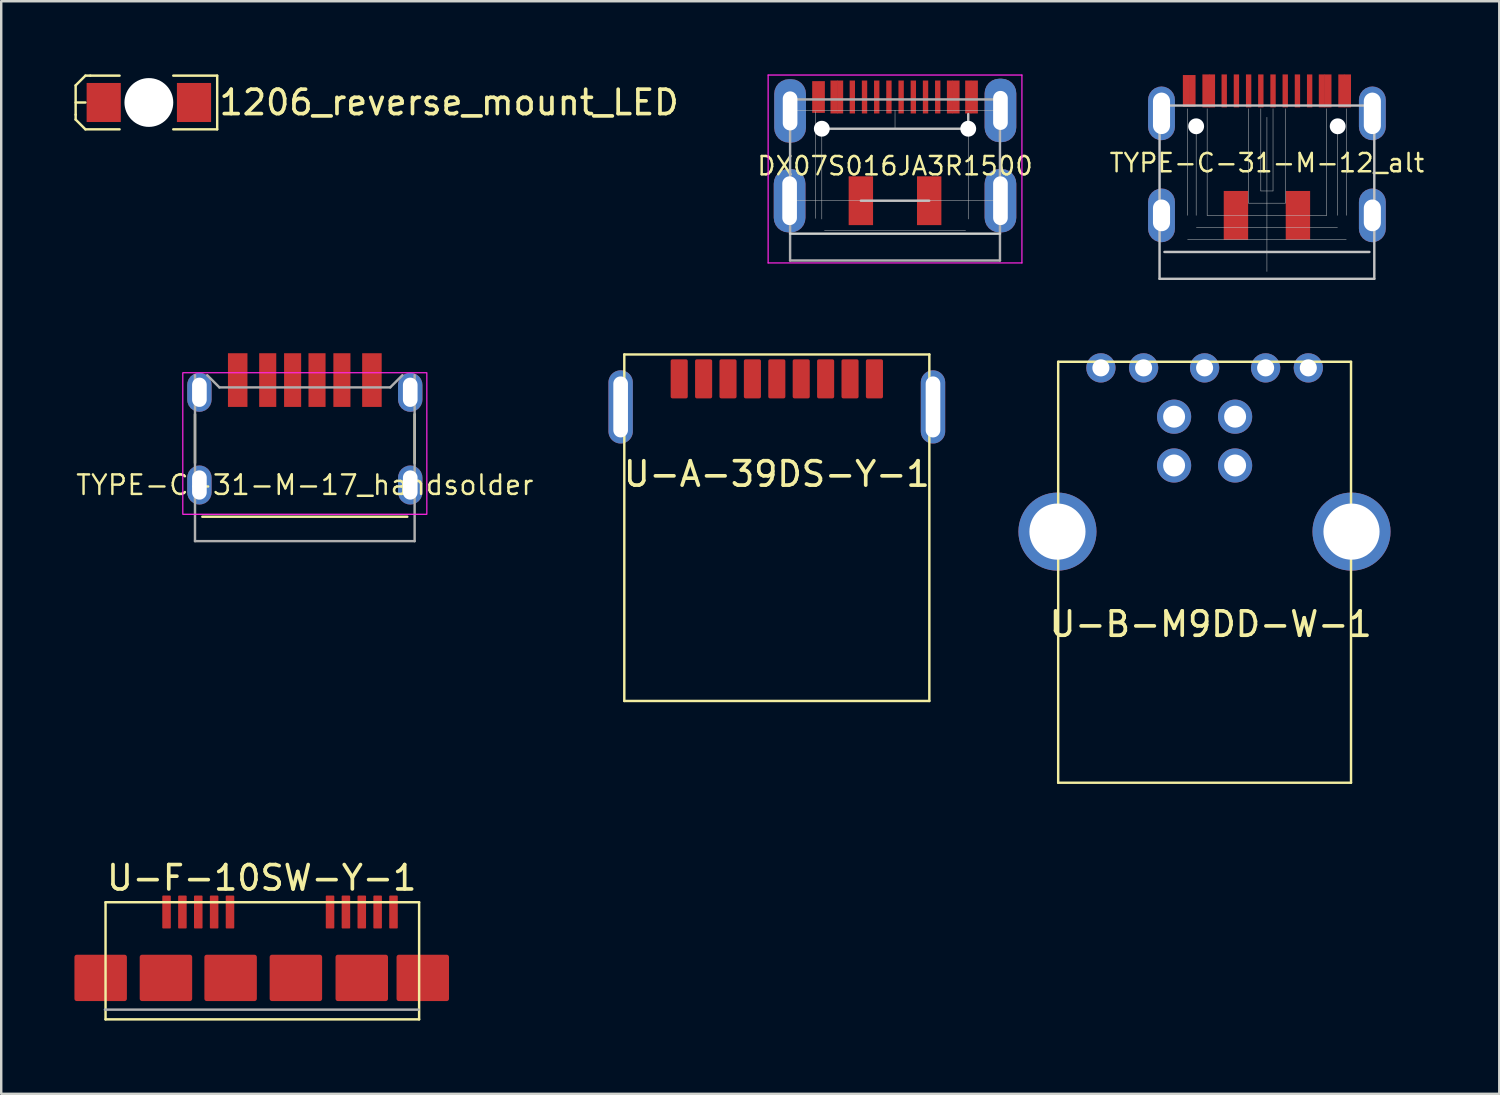
<source format=kicad_pcb>
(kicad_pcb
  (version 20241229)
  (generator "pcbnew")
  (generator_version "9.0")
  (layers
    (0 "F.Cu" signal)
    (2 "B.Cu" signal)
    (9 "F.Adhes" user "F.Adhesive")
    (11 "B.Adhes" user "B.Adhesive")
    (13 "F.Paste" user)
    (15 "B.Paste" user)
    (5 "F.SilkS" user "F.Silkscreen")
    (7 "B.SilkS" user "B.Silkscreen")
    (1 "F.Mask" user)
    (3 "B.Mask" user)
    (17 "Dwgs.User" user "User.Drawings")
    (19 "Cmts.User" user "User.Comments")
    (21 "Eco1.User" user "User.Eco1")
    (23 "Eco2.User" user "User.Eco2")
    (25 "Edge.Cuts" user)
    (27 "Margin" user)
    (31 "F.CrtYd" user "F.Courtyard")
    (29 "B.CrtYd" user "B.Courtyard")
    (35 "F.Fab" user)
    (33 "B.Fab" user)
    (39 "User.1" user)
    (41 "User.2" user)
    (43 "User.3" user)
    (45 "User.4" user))
  (footprint "DX07S016JA3R1500"
    (layer "F.Cu")
    (at 30.627 2.225)
    (property "Reference" "DX07S016JA3R1500" (at 3 1.525 180) (layer "F.SilkS") (effects (font (size 0.75 0.75) (thickness 0.1))))
    (attr smd)
    (fp_line (start -1.32 -0.75) (end -1.32 2.95) (stroke (width 0.02) (type default)) (layer "Dwgs.User"))
    (fp_line (start -1.32 -0.75) (end 3 -0.75) (stroke (width 0.02) (type default)) (layer "Dwgs.User"))
    (fp_line (start -1.32 2.95) (end 7.32 2.95) (stroke (width 0.02) (type default)) (layer "Dwgs.User"))
    (fp_line (start -0.25 -0.695) (end -0.25 3.675) (stroke (width 0.02) (type solid)) (layer "Dwgs.User"))
    (fp_line (start 0 0) (end 0 3.7) (stroke (width 0.02) (type solid)) (layer "Dwgs.User"))
    (fp_line (start 0.11 4.175) (end 5.89 4.175) (stroke (width 0.02) (type solid)) (layer "Dwgs.User"))
    (fp_line (start 1.6 2.95) (end 4.4 2.95) (stroke (width 0.1) (type default)) (layer "Dwgs.User"))
    (fp_line (start 3 -0.75) (end 7.32 -0.75) (stroke (width 0.02) (type default)) (layer "Dwgs.User"))
    (fp_line (start 3 0) (end 3 -0.75) (stroke (width 0.02) (type default)) (layer "Dwgs.User"))
    (fp_line (start 6 0) (end 0 0) (stroke (width 0.1) (type default)) (layer "Dwgs.User"))
    (fp_line (start 6 0) (end 6 -0.6) (stroke (width 0.1) (type default)) (layer "Dwgs.User"))
    (fp_line (start 6 0) (end 6 3.7) (stroke (width 0.02) (type solid)) (layer "Dwgs.User"))
    (fp_line (start 7.32 -0.75) (end 7.32 2.95) (stroke (width 0.02) (type default)) (layer "Dwgs.User"))
    (fp_line (start -1.32 -0.75) (end -1.32 4.3) (stroke (width 0.1) (type default)) (layer "Eco2.User"))
    (fp_line (start 7.32 -0.75) (end 7.32 4.3) (stroke (width 0.1) (type default)) (layer "Eco2.User"))
    (fp_line (start -1.3 4.3) (end 7.3 4.3) (stroke (width 0.1) (type default)) (layer "Edge.Cuts"))
    (fp_line (start -2.2 -2.2) (end -2.2 5.5) (stroke (width 0.05) (type default)) (layer "F.CrtYd"))
    (fp_line (start -2.2 5.5) (end 8.2 5.5) (stroke (width 0.05) (type default)) (layer "F.CrtYd"))
    (fp_line (start 8.2 -2.2) (end -2.2 -2.2) (stroke (width 0.05) (type default)) (layer "F.CrtYd"))
    (fp_line (start 8.2 5.5) (end 8.2 -2.2) (stroke (width 0.05) (type default)) (layer "F.CrtYd"))
    (fp_line (start -1.3 -1.2) (end -1.3 5.4) (stroke (width 0.1) (type default)) (layer "F.Fab"))
    (fp_line (start -1.3 5.4) (end 7.3 5.4) (stroke (width 0.1) (type default)) (layer "F.Fab"))
    (fp_line (start 7.3 -1.2) (end -1.3 -1.2) (stroke (width 0.1) (type default)) (layer "F.Fab"))
    (fp_line (start 7.3 5.4) (end 7.3 -1.2) (stroke (width 0.1) (type default)) (layer "F.Fab"))
    (pad "" np_thru_hole circle (at 0 0) (size 0.65 0.65) (drill 0.65) (layers "*.Cu" "*.Mask"))
    (pad "" np_thru_hole circle (at 6 0) (size 0.65 0.65) (drill 0.65) (layers "*.Cu" "*.Mask"))
    (pad "A1" smd rect (at -0.25 -1.3) (size 0.29 1.3) (layers "F.Cu" "F.Mask" "F.Paste"))
    (pad "A4" smd rect (at 0.5 -1.3) (size 0.29 1.35) (layers "F.Cu" "F.Mask" "F.Paste"))
    (pad "A5" smd rect (at 1.75 -1.3) (size 0.22 1.35) (layers "F.Cu" "F.Mask" "F.Paste"))
    (pad "A6" smd rect (at 2.75 -1.3) (size 0.22 1.35) (layers "F.Cu" "F.Mask" "F.Paste"))
    (pad "A7" smd rect (at 3.25 -1.3) (size 0.22 1.35) (layers "F.Cu" "F.Mask" "F.Paste"))
    (pad "A8" smd rect (at 4.25 -1.3) (size 0.22 1.35) (layers "F.Cu" "F.Mask" "F.Paste"))
    (pad "A9" smd rect (at 5.5 -1.3) (size 0.29 1.35) (layers "F.Cu" "F.Mask" "F.Paste"))
    (pad "A12" smd rect (at 6.25 -1.3) (size 0.29 1.35) (layers "F.Cu" "F.Mask" "F.Paste"))
    (pad "B1" smd rect (at 6 -1.3) (size 0.25 1.35) (layers "F.Cu" "F.Mask" "F.Paste"))
    (pad "B4" smd rect (at 5.25 -1.3) (size 0.25 1.35) (layers "F.Cu" "F.Mask" "F.Paste"))
    (pad "B5" smd rect (at 4.75 -1.3) (size 0.22 1.35) (layers "F.Cu" "F.Mask" "F.Paste"))
    (pad "B6" smd rect (at 3.75 -1.3) (size 0.22 1.35) (layers "F.Cu" "F.Mask" "F.Paste"))
    (pad "B7" smd rect (at 2.25 -1.3) (size 0.22 1.35) (layers "F.Cu" "F.Mask" "F.Paste"))
    (pad "B8" smd rect (at 1.25 -1.3) (size 0.22 1.35) (layers "F.Cu" "F.Mask" "F.Paste"))
    (pad "B9" smd rect (at 0.75 -1.3) (size 0.25 1.35) (layers "F.Cu" "F.Mask" "F.Paste"))
    (pad "B12" smd rect (at 0 -1.3) (size 0.25 1.3) (layers "F.Cu" "F.Mask" "F.Paste"))
    (pad "Sh1" thru_hole roundrect (at -1.32 2.95) (size 1.3 2.6) (drill oval 0.6 2) (layers "*.Cu" "*.Mask" "F.Paste") (roundrect_rratio 0.462))
    (pad "Sh1" thru_hole roundrect (at -1.3 -0.73) (size 1.3 2.6) (drill oval 0.6 1.6) (layers "*.Cu" "*.Mask" "F.Paste") (roundrect_rratio 0.462))
    (pad "Sh1" smd rect (at 1.6 2.95) (size 1 2) (layers "F.Cu" "F.Mask" "F.Paste"))
    (pad "Sh1" smd rect (at 4.4 2.95) (size 1 2) (layers "F.Cu" "F.Mask" "F.Paste"))
    (pad "Sh1" thru_hole roundrect (at 7.32 -0.75) (size 1.3 2.6) (drill oval 0.6 1.6) (layers "*.Cu" "*.Mask" "F.Paste") (roundrect_rratio 0.462))
    (pad "Sh1" thru_hole roundrect (at 7.32 2.95) (size 1.3 2.6) (drill oval 0.6 2) (layers "*.Cu" "*.Mask" "F.Paste") (roundrect_rratio 0.462)))
  (footprint "U-B-M9DD-W-1"
    (layer "F.Cu")
    (at 46.313 12.025)
    (property "Reference" "U-B-M9DD-W-1" (at 0.25 10.5 0) (unlocked yes) (layer "F.SilkS") (effects (font (size 1 1) (thickness 0.15))))
    (attr through_hole)
    (fp_line (start -6 -0.25) (end -6 17) (stroke (width 0.1) (type solid)) (layer "F.SilkS"))
    (fp_line (start -6 17) (end 6 17) (stroke (width 0.1) (type solid)) (layer "F.SilkS"))
    (fp_line (start 6 -0.25) (end -6 -0.25) (stroke (width 0.1) (type solid)) (layer "F.SilkS"))
    (fp_line (start 6 17) (end 6 -0.25) (stroke (width 0.1) (type solid)) (layer "F.SilkS"))
    (pad "" np_thru_hole circle (at -6.03 6.71) (size 3.2 3.2) (drill 2.3) (layers "*.Cu" "*.Mask"))
    (pad "" np_thru_hole circle (at 6.02 6.71) (size 3.2 3.2) (drill 2.3) (layers "*.Cu" "*.Mask"))
    (pad "1" thru_hole circle (at 1.25 2) (size 1.4 1.4) (drill 0.9) (layers "*.Cu" "*.Mask"))
    (pad "2" thru_hole circle (at -1.25 2) (size 1.4 1.4) (drill 0.9) (layers "*.Cu" "*.Mask"))
    (pad "3" thru_hole circle (at -1.25 4) (size 1.4 1.4) (drill 0.9) (layers "*.Cu" "*.Mask"))
    (pad "4" thru_hole circle (at 1.25 4) (size 1.4 1.4) (drill 0.9) (layers "*.Cu" "*.Mask"))
    (pad "5" thru_hole circle (at -4.25 0) (size 1.2 1.2) (drill 0.7) (layers "*.Cu" "*.Mask"))
    (pad "6" thru_hole circle (at -2.5 0) (size 1.2 1.2) (drill 0.7) (layers "*.Cu" "*.Mask"))
    (pad "7" thru_hole circle (at 0 0) (size 1.2 1.2) (drill 0.7) (layers "*.Cu" "*.Mask"))
    (pad "8" thru_hole circle (at 2.5 0) (size 1.2 1.2) (drill 0.7) (layers "*.Cu" "*.Mask"))
    (pad "9" thru_hole circle (at 4.25 0) (size 1.2 1.2) (drill 0.7) (layers "*.Cu" "*.Mask")))
  (footprint "U-F-10SW-Y-1"
    (layer "F.Cu")
    (at 5.075 34.323)
    (property "Reference" "U-F-10SW-Y-1" (at 2.6 -1.4 0) (unlocked yes) (layer "F.SilkS") (effects (font (size 1 1) (thickness 0.15))))
    (attr smd)
    (fp_line (start -3.8 -0.4) (end -3.8 4.4) (stroke (width 0.1) (type solid)) (layer "F.SilkS"))
    (fp_line (start -3.8 -0.4) (end 9.05 -0.4) (stroke (width 0.1) (type solid)) (layer "F.SilkS"))
    (fp_line (start -3.8 4.4) (end 9.05 4.4) (stroke (width 0.1) (type solid)) (layer "F.SilkS"))
    (fp_line (start 9.05 -0.4) (end 9.05 4.4) (stroke (width 0.1) (type solid)) (layer "F.SilkS"))
    (fp_line (start 9.025 4) (end -3.825 4) (stroke (width 0.1) (type solid)) (layer "F.Fab"))
    (pad "1" smd roundrect (at -1.3 0) (size 0.35 1.35) (layers "F.Cu" "F.Mask" "F.Paste") (roundrect_rratio 0.1))
    (pad "2" smd roundrect (at -0.65 0) (size 0.35 1.35) (layers "F.Cu" "F.Mask" "F.Paste") (roundrect_rratio 0.1))
    (pad "3" smd roundrect (at 0 0) (size 0.35 1.35) (layers "F.Cu" "F.Mask" "F.Paste") (roundrect_rratio 0.1))
    (pad "4" smd roundrect (at 0.65 0) (size 0.35 1.35) (layers "F.Cu" "F.Mask" "F.Paste") (roundrect_rratio 0.1))
    (pad "5" smd roundrect (at 1.3 0) (size 0.35 1.35) (layers "F.Cu" "F.Mask" "F.Paste") (roundrect_rratio 0.1))
    (pad "6" smd roundrect (at 5.4 0) (size 0.35 1.35) (layers "F.Cu" "F.Mask" "F.Paste") (roundrect_rratio 0.1))
    (pad "7" smd roundrect (at 6.05 0) (size 0.35 1.35) (layers "F.Cu" "F.Mask" "F.Paste") (roundrect_rratio 0.1))
    (pad "8" smd roundrect (at 6.7 0) (size 0.35 1.35) (layers "F.Cu" "F.Mask" "F.Paste") (roundrect_rratio 0.1))
    (pad "9" smd roundrect (at 7.35 0) (size 0.35 1.35) (layers "F.Cu" "F.Mask" "F.Paste") (roundrect_rratio 0.1))
    (pad "10" smd roundrect (at 8 0) (size 0.35 1.35) (layers "F.Cu" "F.Mask" "F.Paste") (roundrect_rratio 0.1))
    (pad "11" smd roundrect (at -4 2.7) (size 2.15 1.9) (layers "F.Cu" "F.Mask" "F.Paste") (roundrect_rratio 0.05))
    (pad "11" smd roundrect (at -1.325 2.7) (size 2.15 1.9) (layers "F.Cu" "F.Mask" "F.Paste") (roundrect_rratio 0.05))
    (pad "11" smd roundrect (at 1.325 2.7) (size 2.15 1.9) (layers "F.Cu" "F.Mask" "F.Paste") (roundrect_rratio 0.05))
    (pad "11" smd roundrect (at 4 2.7) (size 2.15 1.9) (layers "F.Cu" "F.Mask" "F.Paste") (roundrect_rratio 0.05))
    (pad "11" smd roundrect (at 6.7 2.7) (size 2.15 1.9) (layers "F.Cu" "F.Mask" "F.Paste") (roundrect_rratio 0.05))
    (pad "11" smd roundrect (at 9.2 2.7) (size 2.15 1.9) (layers "F.Cu" "F.Mask" "F.Paste") (roundrect_rratio 0.05)))
  (footprint "U-A-39DS-Y-1"
    (layer "F.Cu")
    (at 28.783 12.475)
    (property "Reference" "U-A-39DS-Y-1" (at 0 3.9 0) (unlocked yes) (layer "F.SilkS") (effects (font (size 1 1) (thickness 0.15))))
    (attr smd)
    (fp_line (start -6.25 -1) (end -6.25 13.2) (stroke (width 0.1) (type solid)) (layer "F.SilkS"))
    (fp_line (start 6.25 -1) (end -6.25 -1) (stroke (width 0.1) (type solid)) (layer "F.SilkS"))
    (fp_line (start 6.25 -1) (end 6.25 13.2) (stroke (width 0.1) (type solid)) (layer "F.SilkS"))
    (fp_line (start 6.25 13.2) (end -6.25 13.2) (stroke (width 0.1) (type solid)) (layer "F.SilkS"))
    (pad "1" smd roundrect (at -3 0) (size 0.7 1.6) (layers "F.Cu" "F.Mask" "F.Paste") (roundrect_rratio 0.1))
    (pad "2" smd roundrect (at -1 0) (size 0.7 1.6) (layers "F.Cu" "F.Mask" "F.Paste") (roundrect_rratio 0.1))
    (pad "3" smd roundrect (at 1 0) (size 0.7 1.6) (layers "F.Cu" "F.Mask" "F.Paste") (roundrect_rratio 0.1))
    (pad "4" smd roundrect (at 3 0) (size 0.7 1.6) (layers "F.Cu" "F.Mask" "F.Paste") (roundrect_rratio 0.1))
    (pad "5" smd roundrect (at 4 0) (size 0.7 1.6) (layers "F.Cu" "F.Mask" "F.Paste") (roundrect_rratio 0.1))
    (pad "6" smd roundrect (at 2 0) (size 0.7 1.6) (layers "F.Cu" "F.Mask" "F.Paste") (roundrect_rratio 0.1))
    (pad "7" smd roundrect (at 0 0) (size 0.7 1.6) (layers "F.Cu" "F.Mask" "F.Paste") (roundrect_rratio 0.1))
    (pad "8" smd roundrect (at -2 0) (size 0.7 1.6) (layers "F.Cu" "F.Mask" "F.Paste") (roundrect_rratio 0.1))
    (pad "9" smd roundrect (at -4 0) (size 0.7 1.6) (layers "F.Cu" "F.Mask" "F.Paste") (roundrect_rratio 0.1))
    (pad "10" thru_hole oval (at -6.4 1.15) (size 1 3) (drill oval 0.6 2.5) (layers "*.Cu" "*.Mask"))
    (pad "10" thru_hole oval (at 6.4 1.15) (size 1 3) (drill oval 0.6 2.5) (layers "*.Cu" "*.Mask")))
  (footprint "TYPE-C-31-M-17_handsolder"
    (layer "F.Cu")
    (at 9.441 16.825)
    (property "Reference" "TYPE-C-31-M-17_handsolder" (at 0 0 0) (layer "F.SilkS") (effects (font (size 0.8 0.8) (thickness 0.1))))
    (attr smd)
    (fp_line (start -4.5 -0.9) (end -4.5 -2.9) (stroke (width 0.1) (type default)) (layer "F.SilkS"))
    (fp_line (start 4.2 1.3) (end -4.2 1.3) (stroke (width 0.1) (type solid)) (layer "F.SilkS"))
    (fp_line (start 4.5 -0.9) (end 4.5 -2.9) (stroke (width 0.1) (type default)) (layer "F.SilkS"))
    (fp_rect (start -5 -4.6) (end 5 1.2) (stroke (width 0.05) (type default)) (fill no) (layer "F.CrtYd"))
    (fp_line (start -4.5 -4.5) (end -4.5 2.3) (stroke (width 0.1) (type solid)) (layer "F.Fab"))
    (fp_line (start -4 -4.5) (end -3.5 -4) (stroke (width 0.1) (type solid)) (layer "F.Fab"))
    (fp_line (start -3.5 -4) (end 3.5 -4) (stroke (width 0.1) (type solid)) (layer "F.Fab"))
    (fp_line (start 3.5 -4) (end 4 -4.5) (stroke (width 0.1) (type solid)) (layer "F.Fab"))
    (fp_line (start 4.5 -4.5) (end 4.5 2.3) (stroke (width 0.1) (type solid)) (layer "F.Fab"))
    (fp_line (start 4.5 2.3) (end -4.5 2.3) (stroke (width 0.1) (type solid)) (layer "F.Fab"))
    (pad "1" thru_hole roundrect (at -4.32 -3.8) (size 1 1.6) (drill oval 0.6 1.2) (layers "*.Cu" "*.Mask") (roundrect_rratio 0.5))
    (pad "1" thru_hole roundrect (at -4.32 0) (size 1 1.6) (drill oval 0.6 1.2) (layers "*.Cu" "*.Mask") (roundrect_rratio 0.5))
    (pad "1" thru_hole roundrect (at 4.32 -3.8) (size 1 1.6) (drill oval 0.6 1.2) (layers "*.Cu" "*.Mask") (roundrect_rratio 0.5))
    (pad "1" thru_hole roundrect (at 4.32 0) (size 1 1.6) (drill oval 0.6 1.2) (layers "*.Cu" "*.Mask") (roundrect_rratio 0.5))
    (pad "A5" smd rect (at -0.5 -4.3) (size 0.7 2.2) (layers "F.Cu" "F.Mask" "F.Paste"))
    (pad "A9" smd rect (at 1.52 -4.3) (size 0.7 2.2) (layers "F.Cu" "F.Mask" "F.Paste"))
    (pad "A12" smd rect (at 2.75 -4.3) (size 0.8 2.2) (layers "F.Cu" "F.Mask" "F.Paste"))
    (pad "B5" smd rect (at 0.5 -4.3) (size 0.7 2.2) (layers "F.Cu" "F.Mask" "F.Paste"))
    (pad "B9" smd rect (at -1.52 -4.3) (size 0.7 2.2) (layers "F.Cu" "F.Mask" "F.Paste"))
    (pad "B12" smd rect (at -2.75 -4.3) (size 0.8 2.2) (layers "F.Cu" "F.Mask" "F.Paste")))
  (footprint "TYPE-C-31-M-12_alt"
    (layer "F.Cu")
    (at 48.867 5.775)
    (property "Reference" "TYPE-C-31-M-12_alt" (at 0 -2.15 180) (layer "F.SilkS") (effects (font (size 0.75 0.75) (thickness 0.1))))
    (attr smd)
    (fp_line (start -4.4 -4.5) (end -4.4 2.6) (stroke (width 0.1) (type solid)) (layer "Dwgs.User"))
    (fp_line (start -4.4 -4.5) (end 4.4 -4.5) (stroke (width 0.1) (type solid)) (layer "Dwgs.User"))
    (fp_line (start -3.25 -4.37) (end -3.25 0) (stroke (width 0.02) (type solid)) (layer "Dwgs.User"))
    (fp_line (start -3.25 1) (end 3.25 1) (stroke (width 0.02) (type solid)) (layer "Dwgs.User"))
    (fp_line (start -2.9 -3.65) (end -2.9 0) (stroke (width 0.02) (type solid)) (layer "Dwgs.User"))
    (fp_line (start -2.89 0.5) (end 2.89 0.5) (stroke (width 0.02) (type solid)) (layer "Dwgs.User"))
    (fp_line (start -2.45 -4.37) (end -2.45 0) (stroke (width 0.02) (type solid)) (layer "Dwgs.User"))
    (fp_line (start -2.45 0) (end 2.45 0) (stroke (width 0.02) (type solid)) (layer "Dwgs.User"))
    (fp_line (start -0.75 -4.37) (end -0.75 -0.5) (stroke (width 0.02) (type solid)) (layer "Dwgs.User"))
    (fp_line (start -0.75 -0.5) (end 0.75 -0.5) (stroke (width 0.02) (type solid)) (layer "Dwgs.User"))
    (fp_line (start -0.25 -4.37) (end -0.25 -1) (stroke (width 0.02) (type solid)) (layer "Dwgs.User"))
    (fp_line (start -0.25 -1) (end 0.25 -1) (stroke (width 0.02) (type solid)) (layer "Dwgs.User"))
    (fp_line (start 0 -4.02) (end 0 2.3) (stroke (width 0.02) (type solid)) (layer "Dwgs.User"))
    (fp_line (start 0.25 -4.37) (end 0.25 -1) (stroke (width 0.02) (type solid)) (layer "Dwgs.User"))
    (fp_line (start 0.75 -4.37) (end 0.75 -0.5) (stroke (width 0.02) (type solid)) (layer "Dwgs.User"))
    (fp_line (start 2.45 -4.37) (end 2.45 0) (stroke (width 0.02) (type solid)) (layer "Dwgs.User"))
    (fp_line (start 2.9 -3.65) (end 2.9 0) (stroke (width 0.02) (type solid)) (layer "Dwgs.User"))
    (fp_line (start 3.25 -4.37) (end 3.25 0) (stroke (width 0.02) (type solid)) (layer "Dwgs.User"))
    (fp_line (start 4.2 1.5) (end -4.2 1.5) (stroke (width 0.1) (type solid)) (layer "Dwgs.User"))
    (fp_line (start 4.4 -4.5) (end 4.4 2.6) (stroke (width 0.1) (type solid)) (layer "Dwgs.User"))
    (fp_line (start 4.4 2.6) (end -4.4 2.6) (stroke (width 0.1) (type solid)) (layer "Dwgs.User"))
    (pad "" np_thru_hole circle (at -2.9 -3.65) (size 0.65 0.65) (drill 0.65) (layers "*.Cu" "*.Mask"))
    (pad "" np_thru_hole circle (at 2.9 -3.65) (size 0.65 0.65) (drill 0.65) (layers "*.Cu" "*.Mask"))
    (pad "A1" smd rect (at -3.3 -5.1) (size 0.29 1.3) (layers "F.Cu" "F.Mask" "F.Paste"))
    (pad "A4" smd rect (at -2.5 -5.1) (size 0.29 1.35) (layers "F.Cu" "F.Mask" "F.Paste"))
    (pad "A5" smd rect (at -1.25 -5.1) (size 0.22 1.35) (layers "F.Cu" "F.Mask" "F.Paste"))
    (pad "A6" smd rect (at -0.25 -5.1) (size 0.22 1.35) (layers "F.Cu" "F.Mask" "F.Paste"))
    (pad "A7" smd rect (at 0.25 -5.1) (size 0.22 1.35) (layers "F.Cu" "F.Mask" "F.Paste"))
    (pad "A8" smd rect (at 1.25 -5.1) (size 0.22 1.35) (layers "F.Cu" "F.Mask" "F.Paste"))
    (pad "A9" smd rect (at 2.5 -5.1) (size 0.29 1.35) (layers "F.Cu" "F.Mask" "F.Paste"))
    (pad "A12" smd rect (at 3.3 -5.1) (size 0.29 1.35) (layers "F.Cu" "F.Mask" "F.Paste"))
    (pad "B1" smd rect (at 3.05 -5.1) (size 0.25 1.35) (layers "F.Cu" "F.Mask" "F.Paste"))
    (pad "B4" smd rect (at 2.25 -5.1) (size 0.25 1.35) (layers "F.Cu" "F.Mask" "F.Paste"))
    (pad "B5" smd rect (at 1.75 -5.1) (size 0.22 1.35) (layers "F.Cu" "F.Mask" "F.Paste"))
    (pad "B6" smd rect (at 0.75 -5.1) (size 0.22 1.35) (layers "F.Cu" "F.Mask" "F.Paste"))
    (pad "B7" smd rect (at -0.75 -5.1) (size 0.22 1.35) (layers "F.Cu" "F.Mask" "F.Paste"))
    (pad "B8" smd rect (at -1.75 -5.1) (size 0.22 1.35) (layers "F.Cu" "F.Mask" "F.Paste"))
    (pad "B9" smd rect (at -2.25 -5.1) (size 0.25 1.35) (layers "F.Cu" "F.Mask" "F.Paste"))
    (pad "B12" smd rect (at -3.05 -5.1) (size 0.25 1.3) (layers "F.Cu" "F.Mask" "F.Paste"))
    (pad "Sh1" thru_hole roundrect (at -4.32 -4.18) (size 1.1 2.2) (drill oval 0.7 1.7) (layers "*.Cu" "*.Mask") (roundrect_rratio 0.5))
    (pad "Sh1" thru_hole roundrect (at -4.32 0) (size 1.1 2.2) (drill oval 0.7 1.3) (layers "*.Cu" "*.Mask") (roundrect_rratio 0.5))
    (pad "Sh1" smd rect (at -1.27 0) (size 1 2) (layers "F.Cu" "F.Mask" "F.Paste"))
    (pad "Sh1" smd rect (at 1.27 0) (size 1 2) (layers "F.Cu" "F.Mask" "F.Paste"))
    (pad "Sh1" thru_hole roundrect (at 4.32 -4.18) (size 1.1 2.2) (drill oval 0.7 1.7) (layers "*.Cu" "*.Mask") (roundrect_rratio 0.5))
    (pad "Sh1" thru_hole roundrect (at 4.32 0) (size 1.1 2.2) (drill oval 0.7 1.3) (layers "*.Cu" "*.Mask") (roundrect_rratio 0.5)))
  (footprint "1206_reverse_mount_LED"
    (layer "F.Cu")
    (at 3.05 1.15)
    (property "Reference" "1206_reverse_mount_LED" (at 2.8 0 0) (unlocked yes) (layer "F.SilkS") (effects (font (size 1 1) (thickness 0.15)) (justify left)))
    (attr smd)
    (fp_line (start -3 -0.7) (end -3 0.5) (stroke (width 0.1) (type solid)) (layer "F.SilkS"))
    (fp_line (start -3 0) (end -2.6 0) (stroke (width 0.1) (type solid)) (layer "F.SilkS"))
    (fp_line (start -3 0.5) (end -3 0.7) (stroke (width 0.1) (type solid)) (layer "F.SilkS"))
    (fp_line (start -3 0.7) (end -2.6 1.1) (stroke (width 0.1) (type solid)) (layer "F.SilkS"))
    (fp_line (start -2.6 -1.1) (end -3 -0.7) (stroke (width 0.1) (type solid)) (layer "F.SilkS"))
    (fp_line (start -2.6 1.1) (end -1.2 1.1) (stroke (width 0.1) (type solid)) (layer "F.SilkS"))
    (fp_line (start -2.4 -1.1) (end -2.6 -1.1) (stroke (width 0.1) (type solid)) (layer "F.SilkS"))
    (fp_line (start -1.2 -1.1) (end -2.4 -1.1) (stroke (width 0.1) (type solid)) (layer "F.SilkS"))
    (fp_line (start 1 -1.1) (end 2.8 -1.1) (stroke (width 0.1) (type solid)) (layer "F.SilkS"))
    (fp_line (start 2.8 -1.1) (end 2.8 1.1) (stroke (width 0.1) (type solid)) (layer "F.SilkS"))
    (fp_line (start 2.8 1.1) (end 1 1.1) (stroke (width 0.1) (type solid)) (layer "F.SilkS"))
    (fp_circle (center 0 0) (end 1 0) (stroke (width 0.12) (type solid)) (fill no) (layer "Eco1.User"))
    (fp_circle (center 0 0) (end 0.8 0.6) (stroke (width 0.12) (type solid)) (fill no) (layer "User.1"))
    (pad "" np_thru_hole circle (at 0 0) (size 2 2) (drill 2) (layers "*.Cu" "*.Mask"))
    (pad "1" smd rect (at -1.85 0) (size 1.4 1.6) (layers "F.Cu" "F.Mask" "F.Paste"))
    (pad "2" smd rect (at 1.85 0) (size 1.4 1.6) (layers "F.Cu" "F.Mask" "F.Paste")))
  (gr_rect
    (start -3 -3)
    (end 58.388 41.773)
    (stroke (width 0.1) (type default))
    (fill no)
    (layer "Edge.Cuts")))
</source>
